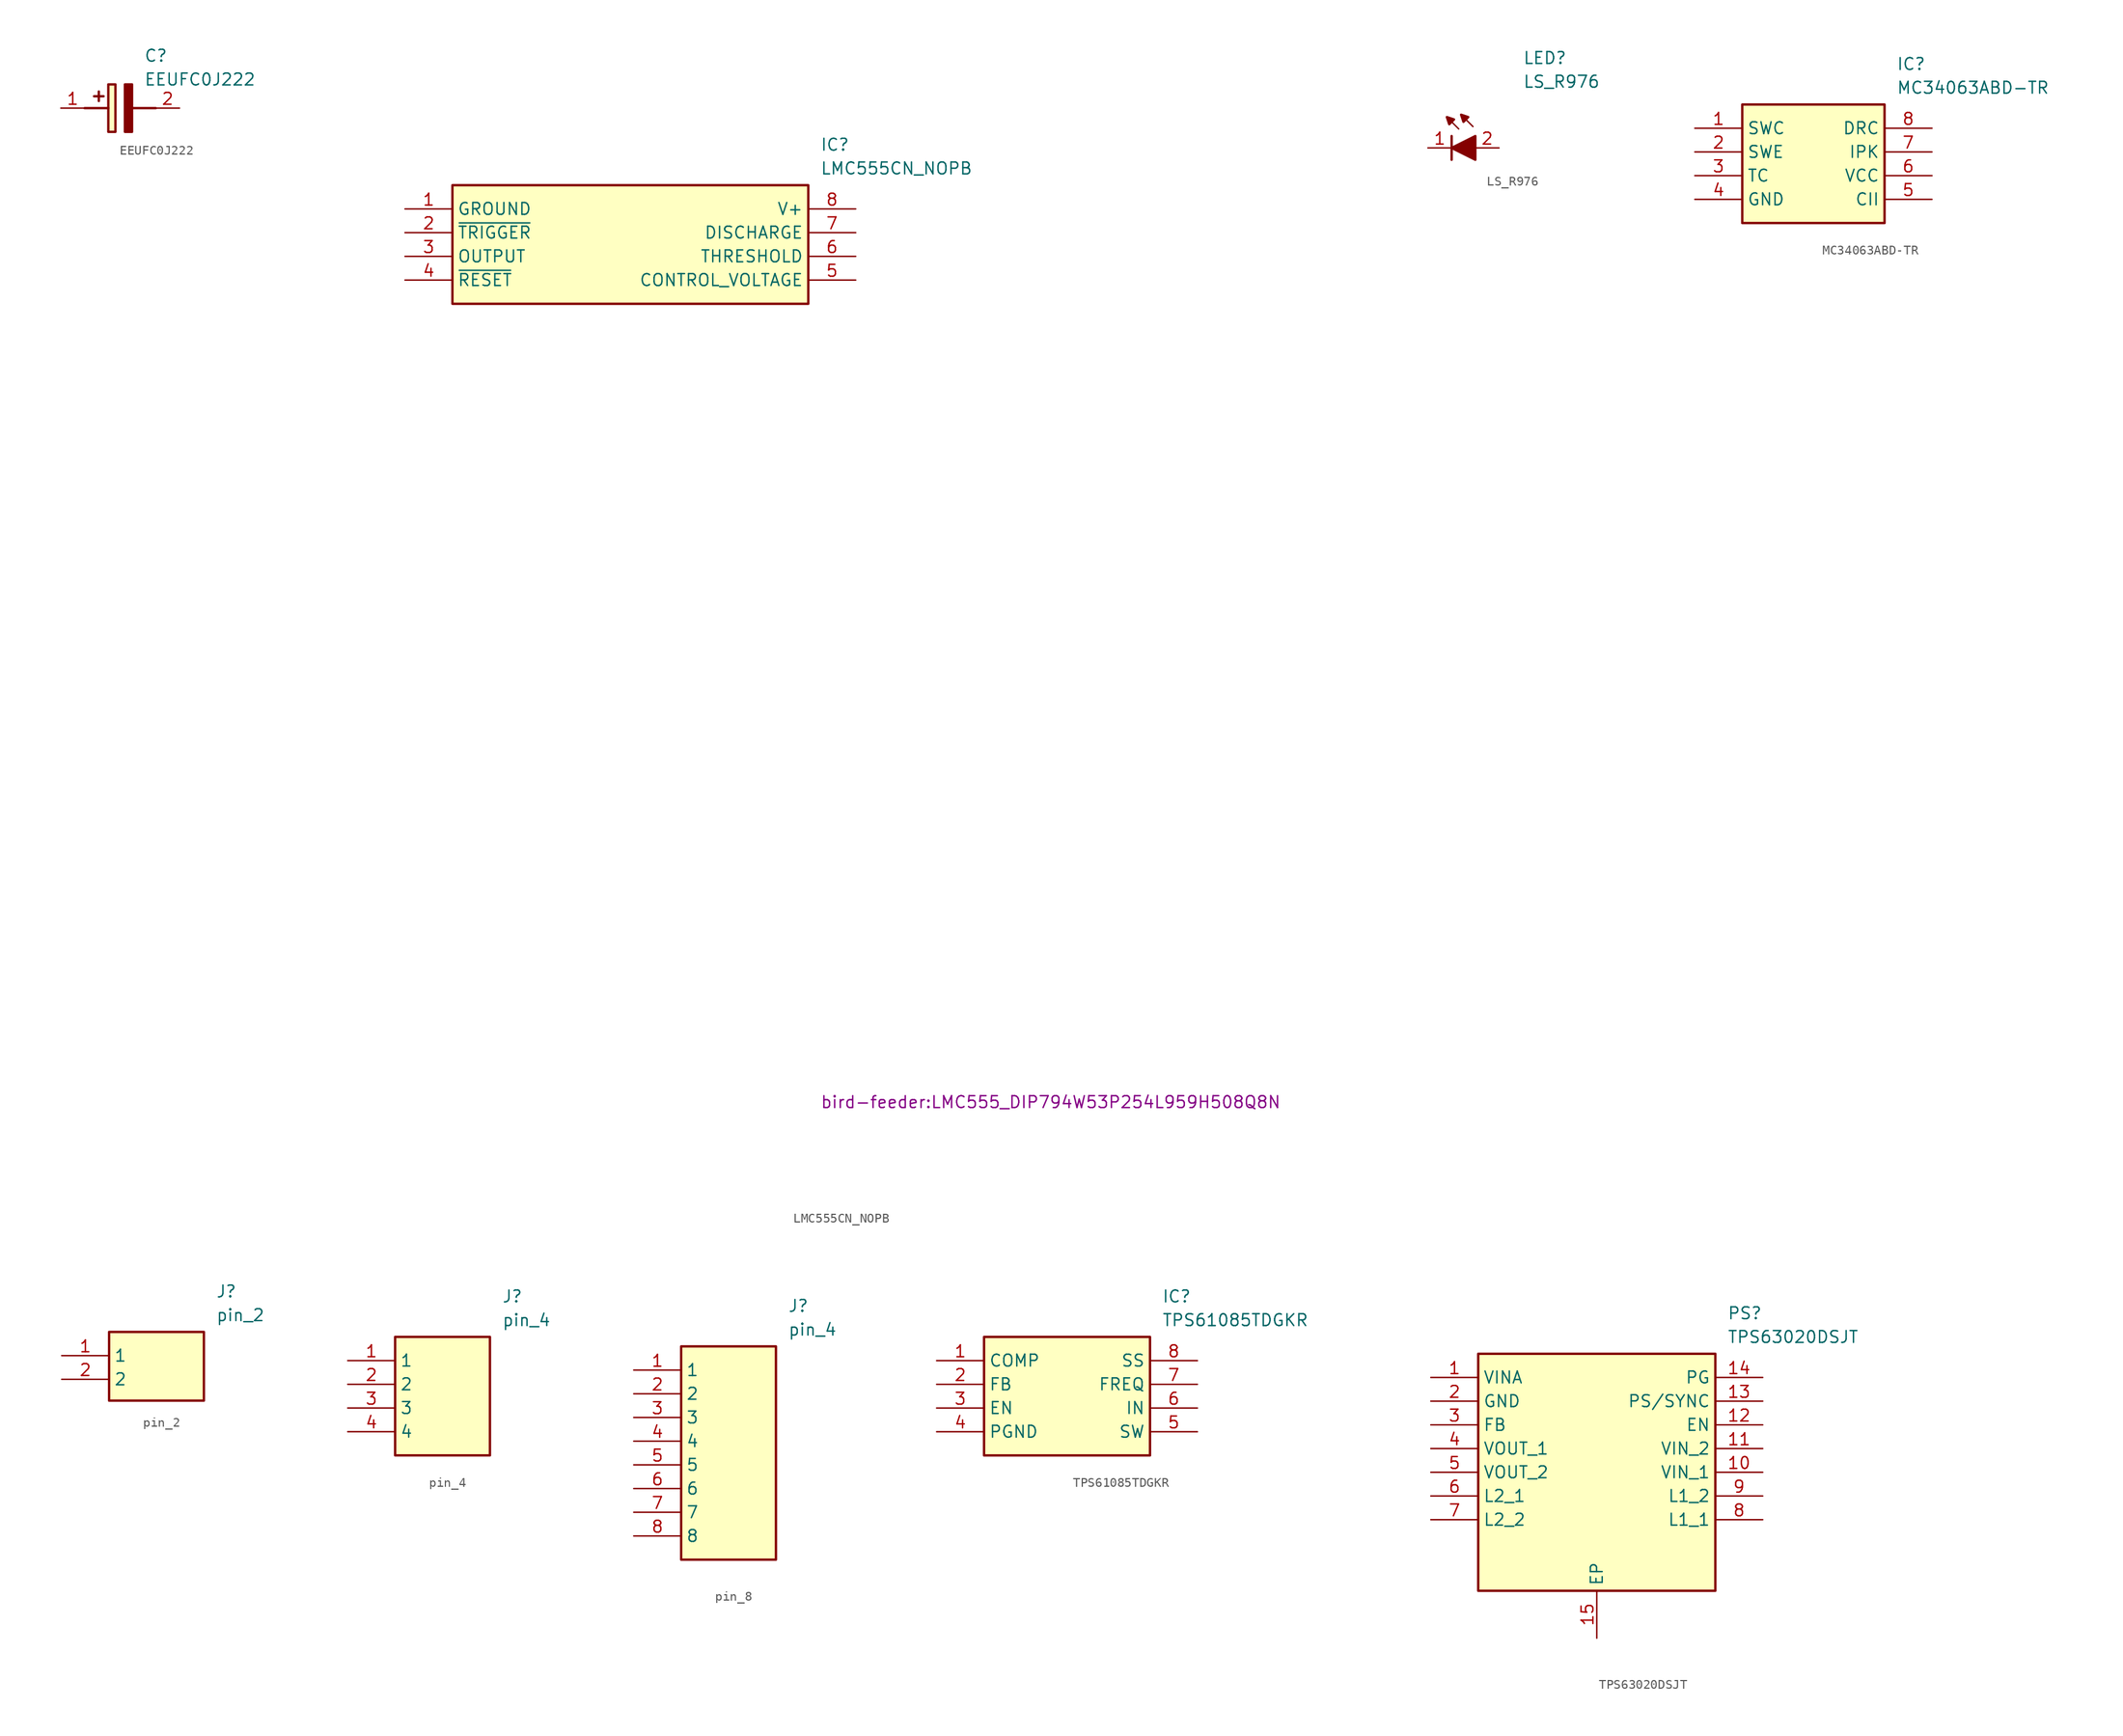
<source format=kicad_sym>
(kicad_symbol_lib
  (version 20241209)
  (generator "kicad_symbol_editor")
  (generator_version "9.0")
  (symbol "EEUFC0J222"
    (pin_names
      (hide yes))
    (property "Reference" "C"
      (at 8.89 6.35 0)
      (effects (font (size 1.27 1.27)) (justify left top)))
    (property "Value" "EEUFC0J222"
      (at 8.89 3.81 0)
      (effects (font (size 1.27 1.27)) (justify left top)))
    (symbol "EEUFC0J222_1_1"
      (polyline (pts (xy 2.54 0) (xy 5.08 0)) (stroke (width 0.254) (type default)) (fill (type none)))
      (polyline (pts (xy 4.064 1.778) (xy 4.064 0.762)) (stroke (width 0.254) (type default)) (fill (type none)))
      (polyline (pts (xy 4.572 1.27) (xy 3.556 1.27)) (stroke (width 0.254) (type default)) (fill (type none)))
      (rectangle (start 5.08 2.54) (end 5.842 -2.54) (stroke (width 0.254) (type default)) (fill (type background)))
      (polyline (pts (xy 7.62 2.54) (xy 7.62 -2.54) (xy 6.858 -2.54) (xy 6.858 2.54) (xy 7.62 2.54)) (stroke (width 0.254) (type default)) (fill (type outline)))
      (polyline (pts (xy 7.62 0) (xy 10.16 0)) (stroke (width 0.254) (type default)) (fill (type none)))
      (pin passive line (at 0 0 0) (length 2.54) (name "+" (effects (font (size 1.27 1.27)))) (number "1" (effects (font (size 1.27 1.27)))))
      (pin passive line (at 12.7 0 180) (length 2.54) (name "-" (effects (font (size 1.27 1.27)))) (number "2" (effects (font (size 1.27 1.27)))))))
  (symbol "LMC555CN_NOPB"
    (property "Reference" "IC"
      (at 44.45 7.62 0)
      (effects (font (size 1.27 1.27)) (justify left top)))
    (property "Value" "LMC555CN_NOPB"
      (at 44.45 5.08 0)
      (effects (font (size 1.27 1.27)) (justify left top)))
    (property "Footprint" "bird-feeder:LMC555_DIP794W53P254L959H508Q8N"
      (at 44.45 -94.92 0)
      (effects (font (size 1.27 1.27)) (justify left top)))
    (symbol "LMC555CN_NOPB_1_1"
      (rectangle (start 5.08 2.54) (end 43.18 -10.16) (stroke (width 0.254) (type default)) (fill (type background)))
      (pin passive line (at 0 0 0) (length 5.08) (name "GROUND" (effects (font (size 1.27 1.27)))) (number "1" (effects (font (size 1.27 1.27)))))
      (pin passive line (at 0 -2.54 0) (length 5.08) (name "~{TRIGGER}" (effects (font (size 1.27 1.27)))) (number "2" (effects (font (size 1.27 1.27)))))
      (pin passive line (at 0 -5.08 0) (length 5.08) (name "OUTPUT" (effects (font (size 1.27 1.27)))) (number "3" (effects (font (size 1.27 1.27)))))
      (pin passive line (at 0 -7.62 0) (length 5.08) (name "~{RESET}" (effects (font (size 1.27 1.27)))) (number "4" (effects (font (size 1.27 1.27)))))
      (pin passive line (at 48.26 0 180) (length 5.08) (name "V+" (effects (font (size 1.27 1.27)))) (number "8" (effects (font (size 1.27 1.27)))))
      (pin passive line (at 48.26 -2.54 180) (length 5.08) (name "DISCHARGE" (effects (font (size 1.27 1.27)))) (number "7" (effects (font (size 1.27 1.27)))))
      (pin passive line (at 48.26 -5.08 180) (length 5.08) (name "THRESHOLD" (effects (font (size 1.27 1.27)))) (number "6" (effects (font (size 1.27 1.27)))))
      (pin passive line (at 48.26 -7.62 180) (length 5.08) (name "CONTROL_VOLTAGE" (effects (font (size 1.27 1.27)))) (number "5" (effects (font (size 1.27 1.27)))))))
  (symbol "LS_R976"
    (pin_names
      (hide yes))
    (property "Reference" "LED"
      (at 12.7 13.97 0)
      (effects (font (size 1.27 1.27)) (justify left bottom)))
    (property "Value" "LS_R976"
      (at 12.7 11.43 0)
      (effects (font (size 1.27 1.27)) (justify left bottom)))
    (symbol "LS_R976_0_1"
      (polyline (pts (xy 5.08 7.874) (xy 5.842 7.112)) (stroke (width 0) (type default)) (fill (type none)))
      (polyline (pts (xy 6.604 8.128) (xy 7.366 7.366)) (stroke (width 0) (type default)) (fill (type none))))
    (symbol "LS_R976_1_1"
      (polyline (pts (xy 5.08 6.35) (xy 5.08 3.81)) (stroke (width 0.254) (type default)) (fill (type none)))
      (polyline (pts (xy 5.08 5.08) (xy 7.62 6.35) (xy 7.62 3.81) (xy 5.08 5.08)) (stroke (width 0.254) (type default)) (fill (type outline)))
      (polyline (pts (xy 5.334 8.128) (xy 4.826 7.62) (xy 4.572 8.382) (xy 5.334 8.128)) (stroke (width 0.254) (type default)) (fill (type outline)))
      (polyline (pts (xy 6.858 8.382) (xy 6.35 7.874) (xy 6.096 8.636) (xy 6.858 8.382)) (stroke (width 0.254) (type default)) (fill (type outline)))
      (pin passive line (at 2.54 5.08 0) (length 2.54) (name "K" (effects (font (size 1.27 1.27)))) (number "1" (effects (font (size 1.27 1.27)))))
      (pin passive line (at 10.16 5.08 180) (length 2.54) (name "A" (effects (font (size 1.27 1.27)))) (number "2" (effects (font (size 1.27 1.27)))))))
  (symbol "MC34063ABD-TR"
    (property "Reference" "IC"
      (at 21.59 7.62 0)
      (effects (font (size 1.27 1.27)) (justify left top)))
    (property "Value" "MC34063ABD-TR"
      (at 21.59 5.08 0)
      (effects (font (size 1.27 1.27)) (justify left top)))
    (symbol "MC34063ABD-TR_1_1"
      (rectangle (start 5.08 2.54) (end 20.32 -10.16) (stroke (width 0.254) (type default)) (fill (type background)))
      (pin passive line (at 0 0 0) (length 5.08) (name "SWC" (effects (font (size 1.27 1.27)))) (number "1" (effects (font (size 1.27 1.27)))))
      (pin passive line (at 0 -2.54 0) (length 5.08) (name "SWE" (effects (font (size 1.27 1.27)))) (number "2" (effects (font (size 1.27 1.27)))))
      (pin passive line (at 0 -5.08 0) (length 5.08) (name "TC" (effects (font (size 1.27 1.27)))) (number "3" (effects (font (size 1.27 1.27)))))
      (pin passive line (at 0 -7.62 0) (length 5.08) (name "GND" (effects (font (size 1.27 1.27)))) (number "4" (effects (font (size 1.27 1.27)))))
      (pin passive line (at 25.4 0 180) (length 5.08) (name "DRC" (effects (font (size 1.27 1.27)))) (number "8" (effects (font (size 1.27 1.27)))))
      (pin passive line (at 25.4 -2.54 180) (length 5.08) (name "IPK" (effects (font (size 1.27 1.27)))) (number "7" (effects (font (size 1.27 1.27)))))
      (pin passive line (at 25.4 -5.08 180) (length 5.08) (name "VCC" (effects (font (size 1.27 1.27)))) (number "6" (effects (font (size 1.27 1.27)))))
      (pin passive line (at 25.4 -7.62 180) (length 5.08) (name "CII" (effects (font (size 1.27 1.27)))) (number "5" (effects (font (size 1.27 1.27)))))))
  (symbol "pin_2"
    (property "Reference" "J"
      (at 16.51 7.62 0)
      (effects (font (size 1.27 1.27)) (justify left top)))
    (property "Value" "pin_2"
      (at 16.51 5.08 0)
      (effects (font (size 1.27 1.27)) (justify left top)))
    (symbol "pin_2_1_1"
      (rectangle (start 5.08 2.54) (end 15.24 -4.826) (stroke (width 0.254) (type default)) (fill (type background)))
      (pin passive line (at 0 0 0) (length 5.08) (name "1" (effects (font (size 1.27 1.27)))) (number "1" (effects (font (size 1.27 1.27)))))
      (pin passive line (at 0 -2.54 0) (length 5.08) (name "2" (effects (font (size 1.27 1.27)))) (number "2" (effects (font (size 1.27 1.27)))))))
  (symbol "pin_4"
    (property "Reference" "J"
      (at 16.51 7.62 0)
      (effects (font (size 1.27 1.27)) (justify left top)))
    (property "Value" "pin_4"
      (at 16.51 5.08 0)
      (effects (font (size 1.27 1.27)) (justify left top)))
    (symbol "pin_4_1_1"
      (rectangle (start 5.08 2.54) (end 15.24 -10.16) (stroke (width 0.254) (type default)) (fill (type background)))
      (pin passive line (at 0 0 0) (length 5.08) (name "1" (effects (font (size 1.27 1.27)))) (number "1" (effects (font (size 1.27 1.27)))))
      (pin passive line (at 0 -2.54 0) (length 5.08) (name "2" (effects (font (size 1.27 1.27)))) (number "2" (effects (font (size 1.27 1.27)))))
      (pin passive line (at 0 -5.08 0) (length 5.08) (name "3" (effects (font (size 1.27 1.27)))) (number "3" (effects (font (size 1.27 1.27)))))
      (pin passive line (at 0 -7.62 0) (length 5.08) (name "4" (effects (font (size 1.27 1.27)))) (number "4" (effects (font (size 1.27 1.27)))))))
  (symbol "pin_8"
    (property "Reference" "J"
      (at 16.51 7.62 0)
      (effects (font (size 1.27 1.27)) (justify left top)))
    (property "Value" "pin_4"
      (at 16.51 5.08 0)
      (effects (font (size 1.27 1.27)) (justify left top)))
    (symbol "pin_8_1_1"
      (rectangle (start 5.08 2.54) (end 15.24 -20.32) (stroke (width 0.254) (type default)) (fill (type background)))
      (pin passive line (at 0 0 0) (length 5.08) (name "1" (effects (font (size 1.27 1.27)))) (number "1" (effects (font (size 1.27 1.27)))))
      (pin passive line (at 0 -2.54 0) (length 5.08) (name "2" (effects (font (size 1.27 1.27)))) (number "2" (effects (font (size 1.27 1.27)))))
      (pin passive line (at 0 -5.08 0) (length 5.08) (name "3" (effects (font (size 1.27 1.27)))) (number "3" (effects (font (size 1.27 1.27)))))
      (pin passive line (at 0 -7.62 0) (length 5.08) (name "4" (effects (font (size 1.27 1.27)))) (number "4" (effects (font (size 1.27 1.27)))))
      (pin passive line (at 0 -10.16 0) (length 5.08) (name "5" (effects (font (size 1.27 1.27)))) (number "5" (effects (font (size 1.27 1.27)))))
      (pin passive line (at 0 -12.7 0) (length 5.08) (name "6" (effects (font (size 1.27 1.27)))) (number "6" (effects (font (size 1.27 1.27)))))
      (pin passive line (at 0 -15.24 0) (length 5.08) (name "7" (effects (font (size 1.27 1.27)))) (number "7" (effects (font (size 1.27 1.27)))))
      (pin passive line (at 0 -17.78 0) (length 5.08) (name "8" (effects (font (size 1.27 1.27)))) (number "8" (effects (font (size 1.27 1.27)))))))
  (symbol "TPS61085TDGKR"
    (property "Reference" "IC"
      (at 24.13 7.62 0)
      (effects (font (size 1.27 1.27)) (justify left top)))
    (property "Value" "TPS61085TDGKR"
      (at 24.13 5.08 0)
      (effects (font (size 1.27 1.27)) (justify left top)))
    (symbol "TPS61085TDGKR_1_1"
      (rectangle (start 5.08 2.54) (end 22.86 -10.16) (stroke (width 0.254) (type default)) (fill (type background)))
      (pin passive line (at 0 0 0) (length 5.08) (name "COMP" (effects (font (size 1.27 1.27)))) (number "1" (effects (font (size 1.27 1.27)))))
      (pin passive line (at 0 -2.54 0) (length 5.08) (name "FB" (effects (font (size 1.27 1.27)))) (number "2" (effects (font (size 1.27 1.27)))))
      (pin passive line (at 0 -5.08 0) (length 5.08) (name "EN" (effects (font (size 1.27 1.27)))) (number "3" (effects (font (size 1.27 1.27)))))
      (pin passive line (at 0 -7.62 0) (length 5.08) (name "PGND" (effects (font (size 1.27 1.27)))) (number "4" (effects (font (size 1.27 1.27)))))
      (pin passive line (at 27.94 0 180) (length 5.08) (name "SS" (effects (font (size 1.27 1.27)))) (number "8" (effects (font (size 1.27 1.27)))))
      (pin passive line (at 27.94 -2.54 180) (length 5.08) (name "FREQ" (effects (font (size 1.27 1.27)))) (number "7" (effects (font (size 1.27 1.27)))))
      (pin passive line (at 27.94 -5.08 180) (length 5.08) (name "IN" (effects (font (size 1.27 1.27)))) (number "6" (effects (font (size 1.27 1.27)))))
      (pin passive line (at 27.94 -7.62 180) (length 5.08) (name "SW" (effects (font (size 1.27 1.27)))) (number "5" (effects (font (size 1.27 1.27)))))))
  (symbol "TPS63020DSJT"
    (property "Reference" "PS"
      (at 31.75 7.62 0)
      (effects (font (size 1.27 1.27)) (justify left top)))
    (property "Value" "TPS63020DSJT"
      (at 31.75 5.08 0)
      (effects (font (size 1.27 1.27)) (justify left top)))
    (symbol "TPS63020DSJT_1_1"
      (rectangle (start 5.08 2.54) (end 30.48 -22.86) (stroke (width 0.254) (type default)) (fill (type background)))
      (pin passive line (at 0 0 0) (length 5.08) (name "VINA" (effects (font (size 1.27 1.27)))) (number "1" (effects (font (size 1.27 1.27)))))
      (pin passive line (at 0 -2.54 0) (length 5.08) (name "GND" (effects (font (size 1.27 1.27)))) (number "2" (effects (font (size 1.27 1.27)))))
      (pin passive line (at 0 -5.08 0) (length 5.08) (name "FB" (effects (font (size 1.27 1.27)))) (number "3" (effects (font (size 1.27 1.27)))))
      (pin passive line (at 0 -7.62 0) (length 5.08) (name "VOUT_1" (effects (font (size 1.27 1.27)))) (number "4" (effects (font (size 1.27 1.27)))))
      (pin passive line (at 0 -10.16 0) (length 5.08) (name "VOUT_2" (effects (font (size 1.27 1.27)))) (number "5" (effects (font (size 1.27 1.27)))))
      (pin passive line (at 0 -12.7 0) (length 5.08) (name "L2_1" (effects (font (size 1.27 1.27)))) (number "6" (effects (font (size 1.27 1.27)))))
      (pin passive line (at 0 -15.24 0) (length 5.08) (name "L2_2" (effects (font (size 1.27 1.27)))) (number "7" (effects (font (size 1.27 1.27)))))
      (pin passive line (at 17.78 -27.94 90) (length 5.08) (name "EP" (effects (font (size 1.27 1.27)))) (number "15" (effects (font (size 1.27 1.27)))))
      (pin passive line (at 35.56 0 180) (length 5.08) (name "PG" (effects (font (size 1.27 1.27)))) (number "14" (effects (font (size 1.27 1.27)))))
      (pin passive line (at 35.56 -2.54 180) (length 5.08) (name "PS/SYNC" (effects (font (size 1.27 1.27)))) (number "13" (effects (font (size 1.27 1.27)))))
      (pin passive line (at 35.56 -5.08 180) (length 5.08) (name "EN" (effects (font (size 1.27 1.27)))) (number "12" (effects (font (size 1.27 1.27)))))
      (pin passive line (at 35.56 -7.62 180) (length 5.08) (name "VIN_2" (effects (font (size 1.27 1.27)))) (number "11" (effects (font (size 1.27 1.27)))))
      (pin passive line (at 35.56 -10.16 180) (length 5.08) (name "VIN_1" (effects (font (size 1.27 1.27)))) (number "10" (effects (font (size 1.27 1.27)))))
      (pin passive line (at 35.56 -12.7 180) (length 5.08) (name "L1_2" (effects (font (size 1.27 1.27)))) (number "9" (effects (font (size 1.27 1.27)))))
      (pin passive line (at 35.56 -15.24 180) (length 5.08) (name "L1_1" (effects (font (size 1.27 1.27)))) (number "8" (effects (font (size 1.27 1.27))))))))
</source>
